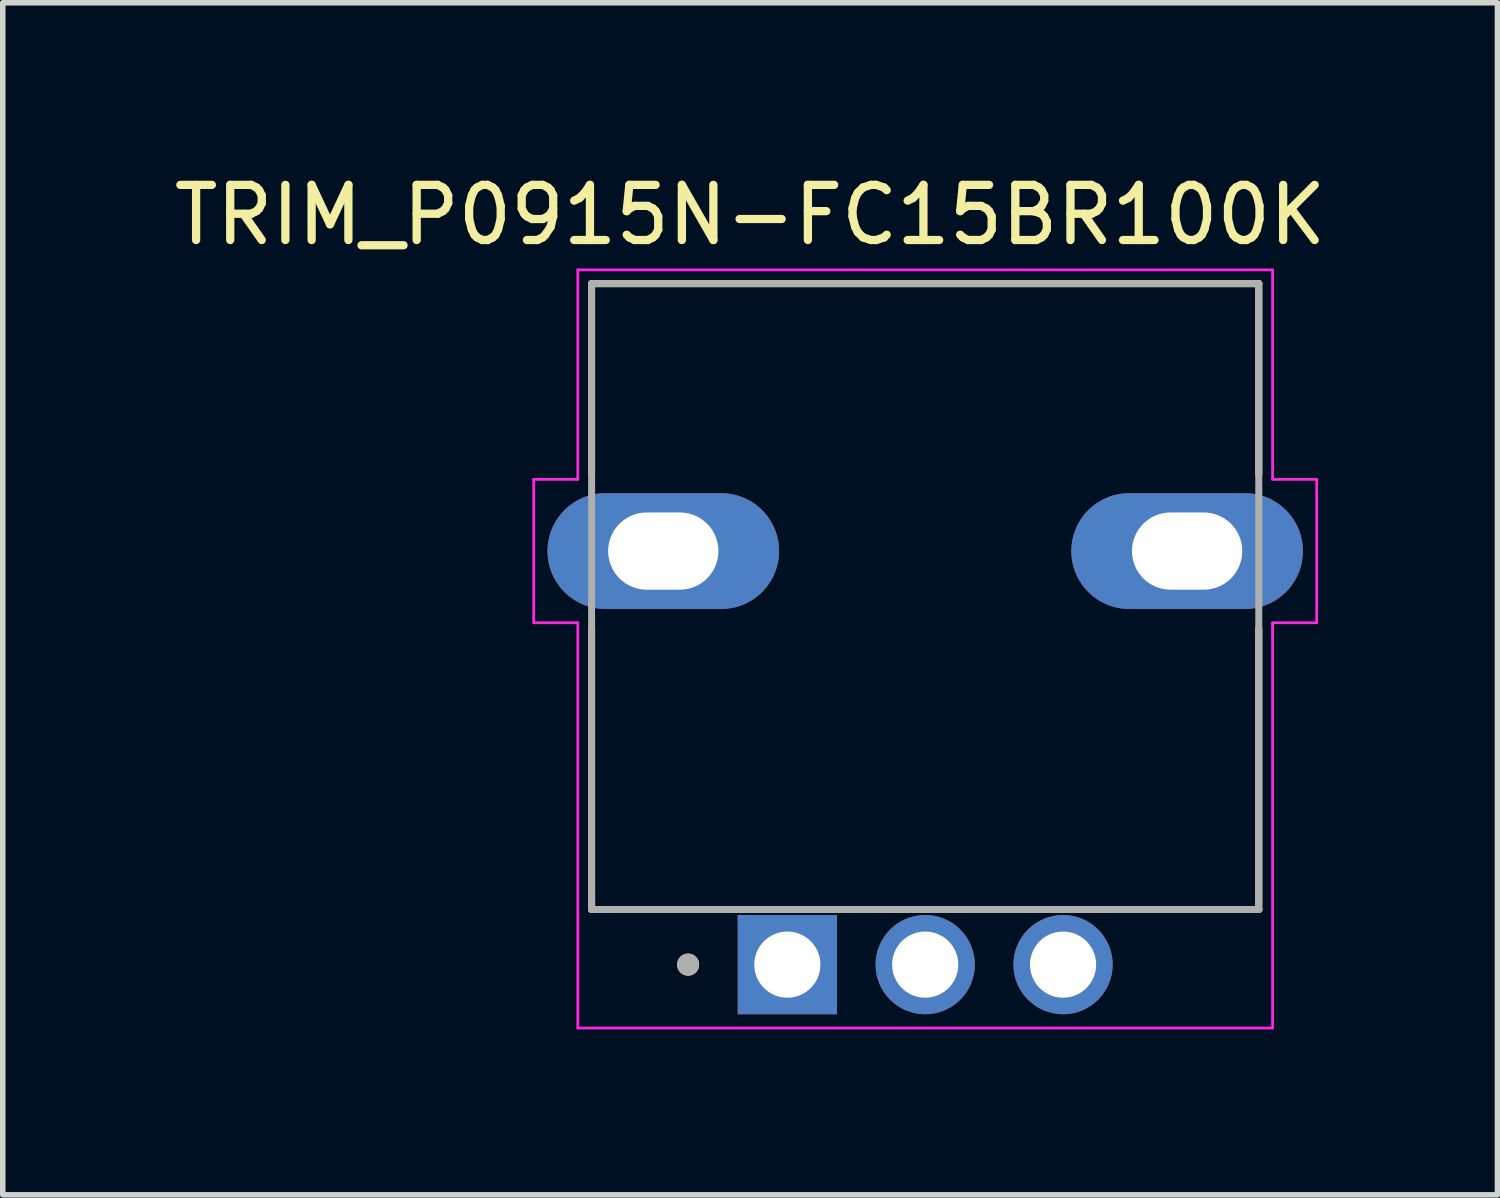
<source format=kicad_pcb>
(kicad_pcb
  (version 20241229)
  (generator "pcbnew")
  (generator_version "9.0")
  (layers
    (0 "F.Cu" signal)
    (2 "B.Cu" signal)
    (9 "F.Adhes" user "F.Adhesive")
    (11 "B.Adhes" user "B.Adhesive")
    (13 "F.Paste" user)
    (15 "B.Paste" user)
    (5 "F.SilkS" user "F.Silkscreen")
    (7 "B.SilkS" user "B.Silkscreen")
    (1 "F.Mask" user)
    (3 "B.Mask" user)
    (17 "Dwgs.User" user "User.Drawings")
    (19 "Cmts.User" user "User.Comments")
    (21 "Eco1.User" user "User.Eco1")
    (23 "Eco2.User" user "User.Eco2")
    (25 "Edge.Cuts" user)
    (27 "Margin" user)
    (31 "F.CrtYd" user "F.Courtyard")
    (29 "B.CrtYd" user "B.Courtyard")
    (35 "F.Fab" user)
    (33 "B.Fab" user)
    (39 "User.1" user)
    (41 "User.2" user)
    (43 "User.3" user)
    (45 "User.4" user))
  (footprint "TRIM_P0915N-FC15BR100K"
    (layer "F.Cu")
    (at 13.729 6.944)
    (property "Reference" "TRIM_P0915N-FC15BR100K" (at -3.175 -6.096 0) (layer "F.SilkS") (effects (font (size 1 1) (thickness 0.15))))
    (attr through_hole)
    (fp_line (start -6.05 -4.85) (end 6.05 -4.85) (stroke (width 0.127) (type solid)) (layer "F.SilkS"))
    (fp_line (start -6.05 -1.4) (end -6.05 -4.85) (stroke (width 0.127) (type solid)) (layer "F.SilkS"))
    (fp_line (start -6.05 6.5) (end -6.05 1.4) (stroke (width 0.127) (type solid)) (layer "F.SilkS"))
    (fp_line (start -3.75 6.5) (end -6.05 6.5) (stroke (width 0.127) (type solid)) (layer "F.SilkS"))
    (fp_line (start 6.05 -4.85) (end 6.05 -1.4) (stroke (width 0.127) (type solid)) (layer "F.SilkS"))
    (fp_line (start 6.05 1.4) (end 6.05 6.5) (stroke (width 0.127) (type solid)) (layer "F.SilkS"))
    (fp_line (start 6.05 6.5) (end 3.75 6.5) (stroke (width 0.127) (type solid)) (layer "F.SilkS"))
    (fp_circle (center -4.3 7.5) (end -4.2 7.5) (stroke (width 0.2) (type solid)) (fill no) (layer "F.SilkS"))
    (fp_line (start -7.1 -1.3) (end -6.3 -1.3) (stroke (width 0.05) (type solid)) (layer "F.CrtYd"))
    (fp_line (start -7.1 1.3) (end -7.1 -1.3) (stroke (width 0.05) (type solid)) (layer "F.CrtYd"))
    (fp_line (start -6.3 -5.1) (end 6.3 -5.1) (stroke (width 0.05) (type solid)) (layer "F.CrtYd"))
    (fp_line (start -6.3 -1.3) (end -6.3 -5.1) (stroke (width 0.05) (type solid)) (layer "F.CrtYd"))
    (fp_line (start -6.3 1.3) (end -7.1 1.3) (stroke (width 0.05) (type solid)) (layer "F.CrtYd"))
    (fp_line (start -6.3 8.65) (end -6.3 1.3) (stroke (width 0.05) (type solid)) (layer "F.CrtYd"))
    (fp_line (start 6.3 -5.1) (end 6.3 -1.3) (stroke (width 0.05) (type solid)) (layer "F.CrtYd"))
    (fp_line (start 6.3 -1.3) (end 7.1 -1.3) (stroke (width 0.05) (type solid)) (layer "F.CrtYd"))
    (fp_line (start 6.3 1.3) (end 6.3 8.65) (stroke (width 0.05) (type solid)) (layer "F.CrtYd"))
    (fp_line (start 6.3 8.65) (end -6.3 8.65) (stroke (width 0.05) (type solid)) (layer "F.CrtYd"))
    (fp_line (start 7.1 -1.3) (end 7.1 1.3) (stroke (width 0.05) (type solid)) (layer "F.CrtYd"))
    (fp_line (start 7.1 1.3) (end 6.3 1.3) (stroke (width 0.05) (type solid)) (layer "F.CrtYd"))
    (fp_line (start -6.05 -4.85) (end 6.05 -4.85) (stroke (width 0.127) (type solid)) (layer "F.Fab"))
    (fp_line (start -6.05 6.5) (end -6.05 -4.85) (stroke (width 0.127) (type solid)) (layer "F.Fab"))
    (fp_line (start 6.05 -4.85) (end 6.05 6.5) (stroke (width 0.127) (type solid)) (layer "F.Fab"))
    (fp_line (start 6.05 6.5) (end -6.05 6.5) (stroke (width 0.127) (type solid)) (layer "F.Fab"))
    (fp_circle (center -4.3 7.5) (end -4.2 7.5) (stroke (width 0.2) (type solid)) (fill no) (layer "F.Fab"))
    (pad "1" thru_hole rect (at -2.5 7.5) (size 1.8 1.8) (drill 1.2) (layers "*.Cu" "*.Mask"))
    (pad "2" thru_hole circle (at 0 7.5) (size 1.8 1.8) (drill 1.2) (layers "*.Cu" "*.Mask"))
    (pad "3" thru_hole circle (at 2.5 7.5) (size 1.8 1.8) (drill 1.2) (layers "*.Cu" "*.Mask"))
    (pad "S1" thru_hole oval (at -4.75 0) (size 4.2 2.1) (drill oval 2 1.4) (layers "*.Cu" "*.Mask"))
    (pad "S2" thru_hole oval (at 4.75 0) (size 4.2 2.1) (drill oval 2 1.4) (layers "*.Cu" "*.Mask")))
  (gr_rect
    (start -3 -3)
    (end 24.107 18.619)
    (stroke (width 0.1) (type default))
    (fill no)
    (layer "Edge.Cuts")))
</source>
